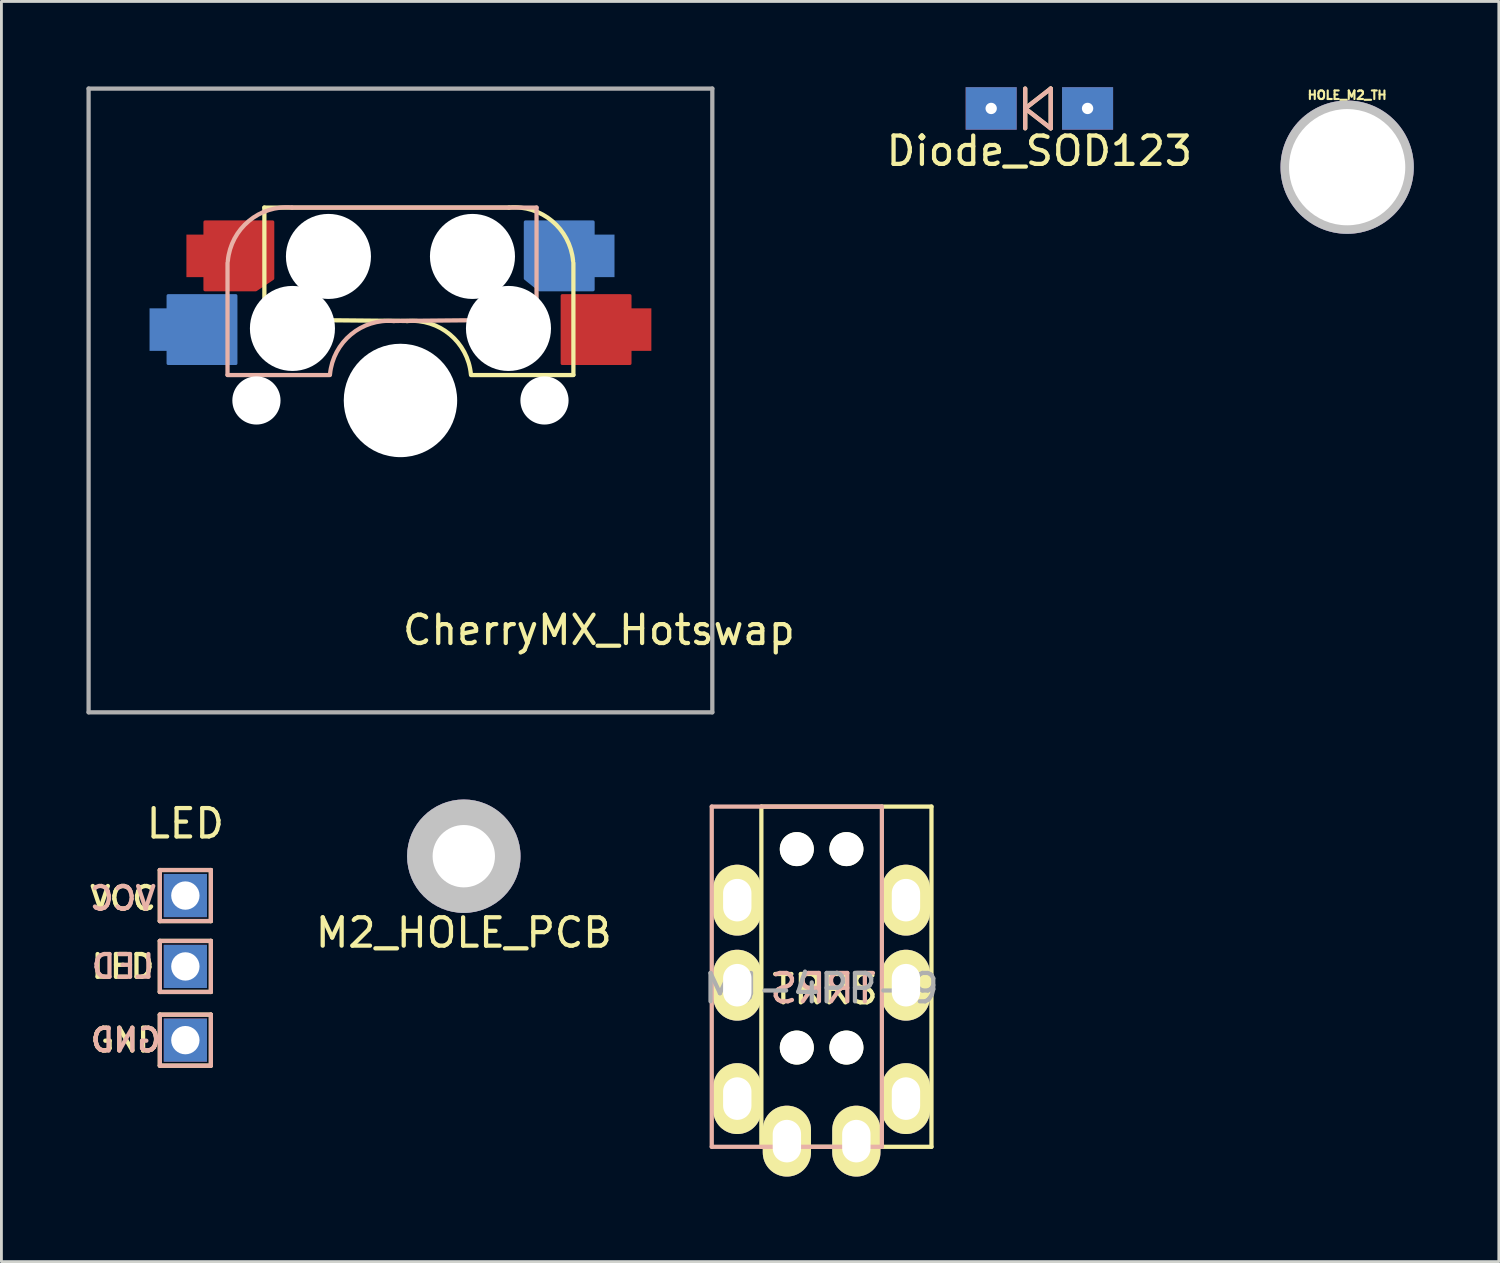
<source format=kicad_pcb>
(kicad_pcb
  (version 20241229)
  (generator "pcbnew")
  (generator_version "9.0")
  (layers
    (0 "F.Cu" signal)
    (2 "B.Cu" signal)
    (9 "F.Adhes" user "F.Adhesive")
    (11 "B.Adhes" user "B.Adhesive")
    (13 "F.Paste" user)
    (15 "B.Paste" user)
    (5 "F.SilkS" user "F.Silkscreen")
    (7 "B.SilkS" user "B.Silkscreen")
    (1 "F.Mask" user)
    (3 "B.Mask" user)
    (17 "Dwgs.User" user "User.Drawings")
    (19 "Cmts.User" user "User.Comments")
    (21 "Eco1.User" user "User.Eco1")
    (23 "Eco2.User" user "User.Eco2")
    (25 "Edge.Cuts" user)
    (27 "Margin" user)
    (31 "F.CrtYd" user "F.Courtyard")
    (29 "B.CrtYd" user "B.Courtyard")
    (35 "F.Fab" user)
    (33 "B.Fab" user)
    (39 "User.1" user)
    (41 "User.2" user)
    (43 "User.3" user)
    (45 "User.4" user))
  (footprint "CherryMX_Hotswap"
    (layer "F.Cu")
    (at 11.075 11.075)
    (property "Reference" "CherryMX_Hotswap" (at 7 8.1 0) (layer "F.SilkS") (effects (font (size 1 1) (thickness 0.15))))
    (attr through_hole)
    (fp_line (start -4.8 -6.804) (end 3.825 -6.804) (stroke (width 0.15) (type solid)) (layer "F.SilkS"))
    (fp_line (start -4.8 -2.896) (end -4.8 -6.804) (stroke (width 0.15) (type solid)) (layer "F.SilkS"))
    (fp_line (start -4.8 -2.85) (end 0.25 -2.804) (stroke (width 0.15) (type solid)) (layer "F.SilkS"))
    (fp_line (start 6.1 -4.85) (end 6.1 -0.905) (stroke (width 0.15) (type solid)) (layer "F.SilkS"))
    (fp_line (start 6.1 -0.896) (end 2.49 -0.896) (stroke (width 0.15) (type solid)) (layer "F.SilkS"))
    (fp_arc (start 0.225 -2.8) (mid 1.744361 -2.328062) (end 2.485001 -0.920001) (stroke (width 0.15) (type solid)) (layer "F.SilkS"))
    (fp_arc (start 3.825 -6.804) (mid 5.347189 -6.33089) (end 6.089 -4.92) (stroke (width 0.15) (type solid)) (layer "F.SilkS"))
    (fp_line (start -6.1 -4.85) (end -6.1 -0.905) (stroke (width 0.15) (type solid)) (layer "B.SilkS"))
    (fp_line (start -6.1 -0.896) (end -2.49 -0.896) (stroke (width 0.15) (type solid)) (layer "B.SilkS"))
    (fp_line (start 4.8 -6.804) (end -3.825 -6.804) (stroke (width 0.15) (type solid)) (layer "B.SilkS"))
    (fp_line (start 4.8 -2.896) (end 4.8 -6.804) (stroke (width 0.15) (type solid)) (layer "B.SilkS"))
    (fp_line (start 4.8 -2.85) (end -0.25 -2.804) (stroke (width 0.15) (type solid)) (layer "B.SilkS"))
    (fp_arc (start -6.089 -4.92) (mid -5.347189 -6.33089) (end -3.825 -6.804) (stroke (width 0.15) (type solid)) (layer "B.SilkS"))
    (fp_arc (start -2.484999 -0.920001) (mid -1.74436 -2.328062) (end -0.225 -2.8) (stroke (width 0.15) (type solid)) (layer "B.SilkS"))
    (fp_line (start -9 -9) (end 9 -9) (stroke (width 0.15) (type solid)) (layer "Eco1.User"))
    (fp_line (start -9 9) (end -9 -9) (stroke (width 0.15) (type solid)) (layer "Eco1.User"))
    (fp_line (start 9 -9) (end 9 9) (stroke (width 0.15) (type solid)) (layer "Eco1.User"))
    (fp_line (start 9 9) (end -9 9) (stroke (width 0.15) (type solid)) (layer "Eco1.User"))
    (fp_line (start -7 -7) (end 7 -7) (stroke (width 0.15) (type solid)) (layer "Eco2.User"))
    (fp_line (start -7 7) (end -7 -7) (stroke (width 0.15) (type solid)) (layer "Eco2.User"))
    (fp_line (start 7 -7) (end 7 7) (stroke (width 0.15) (type solid)) (layer "Eco2.User"))
    (fp_line (start 7 7) (end -7 7) (stroke (width 0.15) (type solid)) (layer "Eco2.User"))
    (fp_line (start -11 -11) (end -11 11) (stroke (width 0.15) (type solid)) (layer "F.Fab"))
    (fp_line (start -11 11) (end 11 11) (stroke (width 0.15) (type solid)) (layer "F.Fab"))
    (fp_line (start 11 -11) (end -11 -11) (stroke (width 0.15) (type solid)) (layer "F.Fab"))
    (fp_line (start 11 11) (end 11 -11) (stroke (width 0.15) (type solid)) (layer "F.Fab"))
    (pad "" np_thru_hole circle (at -5.08 0) (size 1.7 1.7) (drill 1.7) (layers "*.Cu" "*.Mask"))
    (pad "" np_thru_hole circle (at -3.81 -2.54 180) (size 3 3) (drill 3) (layers "*.Cu" "*.Mask"))
    (pad "" np_thru_hole circle (at -2.54 -5.08 180) (size 3 3) (drill 3) (layers "*.Cu" "*.Mask"))
    (pad "" np_thru_hole circle (at 0 0 90) (size 4 4) (drill 4) (layers "*.Cu" "*.Mask"))
    (pad "" np_thru_hole circle (at 2.54 -5.08 180) (size 3 3) (drill 3) (layers "*.Cu" "*.Mask"))
    (pad "" np_thru_hole circle (at 3.81 -2.54 180) (size 3 3) (drill 3) (layers "*.Cu" "*.Mask"))
    (pad "" np_thru_hole circle (at 5.08 0) (size 1.7 1.7) (drill 1.7) (layers "*.Cu" "*.Mask"))
    (pad "1" smd custom (at -8.5 -2.5) (size 0.7 1.5) (layers "B.Cu" "B.Mask" "B.Paste") (options (anchor rect)) (primitives (gr_poly (pts (xy 0.3 -1.2) (xy 2.7 -1.2) (xy 2.7 1.2) (xy 0.3 1.2)) (width 0.1) (fill yes))))
    (pad "1" smd custom (at -7.2 -5.1) (size 0.7 1.5) (layers "F.Cu" "F.Mask" "F.Paste") (options (anchor rect)) (primitives (gr_poly (pts (xy 0.3 -1.2) (xy 0.3 1.2) (xy 2.1 1.2) (xy 2.7 0.8) (xy 2.7 -1.2)) (width 0.1) (fill yes))))
    (pad "2" smd custom (at 7.2 -5.1) (size 0.7 1.5) (layers "B.Cu" "B.Mask" "B.Paste") (options (anchor rect)) (primitives (gr_poly (pts (xy -0.4 -1.2) (xy -2.8 -1.2) (xy -2.8 0.8) (xy -2.3 1.2) (xy -0.4 1.2)) (width 0.1) (fill yes))))
    (pad "2" smd custom (at 8.5 -2.5) (size 0.7 1.5) (layers "F.Cu" "F.Mask" "F.Paste") (options (anchor rect)) (primitives (gr_poly (pts (xy -2.8 -1.2) (xy -0.4 -1.2) (xy -0.4 1.2) (xy -2.8 1.2)) (width 0.1) (fill yes)))))
  (footprint "LED"
    (layer "F.Cu")
    (at 3.488 28.538)
    (property "Reference" "LED" (at 0 -2.54 0) (layer "F.SilkS") (effects (font (size 1 1) (thickness 0.15))))
    (attr through_hole)
    (fp_line (start -0.9 -0.9) (end 0.9 -0.9) (stroke (width 0.15) (type solid)) (layer "F.SilkS"))
    (fp_line (start -0.9 0.9) (end -0.9 -0.9) (stroke (width 0.15) (type solid)) (layer "F.SilkS"))
    (fp_line (start -0.9 1.6) (end -0.9 3.4) (stroke (width 0.15) (type solid)) (layer "F.SilkS"))
    (fp_line (start -0.9 1.6) (end 0.9 1.6) (stroke (width 0.15) (type solid)) (layer "F.SilkS"))
    (fp_line (start -0.9 4.2) (end -0.9 6) (stroke (width 0.15) (type solid)) (layer "F.SilkS"))
    (fp_line (start -0.9 4.2) (end 0.9 4.2) (stroke (width 0.15) (type solid)) (layer "F.SilkS"))
    (fp_line (start 0.9 -0.9) (end 0.9 0.9) (stroke (width 0.15) (type solid)) (layer "F.SilkS"))
    (fp_line (start 0.9 0.9) (end -0.9 0.9) (stroke (width 0.15) (type solid)) (layer "F.SilkS"))
    (fp_line (start 0.9 1.6) (end 0.9 3.4) (stroke (width 0.15) (type solid)) (layer "F.SilkS"))
    (fp_line (start 0.9 3.4) (end -0.9 3.4) (stroke (width 0.15) (type solid)) (layer "F.SilkS"))
    (fp_line (start 0.9 4.2) (end 0.9 6) (stroke (width 0.15) (type solid)) (layer "F.SilkS"))
    (fp_line (start 0.9 6) (end -0.9 6) (stroke (width 0.15) (type solid)) (layer "F.SilkS"))
    (fp_line (start -0.9 -0.9) (end 0.9 -0.9) (stroke (width 0.15) (type solid)) (layer "B.SilkS"))
    (fp_line (start -0.9 0.9) (end -0.9 -0.9) (stroke (width 0.15) (type solid)) (layer "B.SilkS"))
    (fp_line (start -0.9 1.6) (end 0.9 1.6) (stroke (width 0.15) (type solid)) (layer "B.SilkS"))
    (fp_line (start -0.9 3.4) (end -0.9 1.6) (stroke (width 0.15) (type solid)) (layer "B.SilkS"))
    (fp_line (start -0.9 4.2) (end 0.9 4.2) (stroke (width 0.15) (type solid)) (layer "B.SilkS"))
    (fp_line (start -0.9 6) (end -0.9 4.2) (stroke (width 0.15) (type solid)) (layer "B.SilkS"))
    (fp_line (start 0.9 -0.9) (end 0.9 0.9) (stroke (width 0.15) (type solid)) (layer "B.SilkS"))
    (fp_line (start 0.9 0.9) (end -0.9 0.9) (stroke (width 0.15) (type solid)) (layer "B.SilkS"))
    (fp_line (start 0.9 1.6) (end 0.9 3.4) (stroke (width 0.15) (type solid)) (layer "B.SilkS"))
    (fp_line (start 0.9 3.4) (end -0.9 3.4) (stroke (width 0.15) (type solid)) (layer "B.SilkS"))
    (fp_line (start 0.9 4.2) (end 0.9 6) (stroke (width 0.15) (type solid)) (layer "B.SilkS"))
    (fp_line (start 0.9 6) (end -0.9 6) (stroke (width 0.15) (type solid)) (layer "B.SilkS"))
    (fp_text user "GND" (at -2.1 5.1 0) (layer "F.SilkS") (effects (font (size 0.8 0.8) (thickness 0.15))))
    (fp_text user "VCC" (at -2.2 0.1 0) (layer "F.SilkS") (effects (font (size 0.8 0.8) (thickness 0.15))))
    (fp_text user "LED" (at -2.2 2.5 180) (layer "F.SilkS") (effects (font (size 0.8 0.8) (thickness 0.15))))
    (fp_text user "LED" (at -2.2 2.5 0) (layer "B.SilkS") (effects (font (size 0.8 0.8) (thickness 0.15)) (justify mirror)))
    (fp_text user "GND" (at -2.1 5.1 0) (layer "B.SilkS") (effects (font (size 0.8 0.8) (thickness 0.15)) (justify mirror)))
    (fp_text user "VCC" (at -2.2 0.1 0) (layer "B.SilkS") (effects (font (size 0.8 0.8) (thickness 0.15)) (justify mirror)))
    (pad "1" thru_hole rect (at 0 0 90) (size 1.524 1.524) (drill 1) (layers "*.Cu" "*.Mask"))
    (pad "2" thru_hole rect (at 0 2.5) (size 1.524 1.524) (drill 1) (layers "*.Cu" "*.Mask"))
    (pad "3" thru_hole rect (at 0 5.1) (size 1.524 1.524) (drill 1) (layers "*.Cu" "*.Mask")))
  (footprint "HOLE_M2_TH"
    (layer "F.Cu")
    (at 44.467 2.847)
    (property "Reference" "HOLE_M2_TH" (at 0 -2.54 0) (layer "F.SilkS") (effects (font (size 0.3 0.3) (thickness 0.076))))
    (attr through_hole)
    (pad "" thru_hole circle (at 0 0 90) (size 4.7 4.7) (drill 4.1) (layers "*.Cu" "*.Mask" "Dwgs.User")))
  (footprint "Diode_SOD123"
    (placed yes)
    (layer "F.Cu")
    (at 33.611 0.775)
    (property "Reference" "Diode_SOD123" (at 0 1.5 0) (layer "F.SilkS") (effects (font (size 1 1) (thickness 0.15))))
    (attr through_hole)
    (fp_line (start -0.5 -0.7) (end -0.5 0.7) (stroke (width 0.15) (type solid)) (layer "F.SilkS"))
    (fp_line (start -0.5 0) (end 0.4 -0.7) (stroke (width 0.15) (type solid)) (layer "F.SilkS"))
    (fp_line (start 0.4 -0.7) (end 0.4 0.7) (stroke (width 0.15) (type solid)) (layer "F.SilkS"))
    (fp_line (start 0.4 0.7) (end -0.5 0) (stroke (width 0.15) (type solid)) (layer "F.SilkS"))
    (fp_line (start -0.5 -0.7) (end -0.5 0.7) (stroke (width 0.15) (type solid)) (layer "B.SilkS"))
    (fp_line (start -0.5 0) (end 0.4 -0.7) (stroke (width 0.15) (type solid)) (layer "B.SilkS"))
    (fp_line (start 0.4 -0.7) (end 0.4 0.7) (stroke (width 0.15) (type solid)) (layer "B.SilkS"))
    (fp_line (start 0.4 0.7) (end -0.5 0) (stroke (width 0.15) (type solid)) (layer "B.SilkS"))
    (pad "1" thru_hole rect (at -1.7 0) (size 1.8 1.5) (drill 0.4) (layers "*.Cu" "*.Mask"))
    (pad "2" thru_hole rect (at 1.7 0) (size 1.8 1.5) (drill 0.4) (layers "*.Cu" "*.Mask")))
  (footprint "M2_HOLE_PCB"
    (layer "F.Cu")
    (at 13.309 27.15)
    (property "Reference" "M2_HOLE_PCB" (at 0 2.7 0) (layer "F.SilkS") (effects (font (size 1 1) (thickness 0.15))))
    (attr through_hole)
    (pad "" thru_hole circle (at 0 0) (size 4 4) (drill 2.2) (layers "*.Cu" "*.Mask" "Dwgs.User")))
  (footprint "MJ-4PP-9"
    (layer "F.Cu")
    (at 26.805 25.4)
    (property "Reference" "MJ-4PP-9" (at -0.889 6.413 0) (layer "F.Fab") (effects (font (size 1 1) (thickness 0.15))))
    (attr through_hole)
    (fp_line (start -3 0) (end 3 0) (stroke (width 0.15) (type solid)) (layer "F.SilkS"))
    (fp_line (start -3 12) (end -3 0) (stroke (width 0.15) (type solid)) (layer "F.SilkS"))
    (fp_line (start 3 0) (end 3 12) (stroke (width 0.15) (type solid)) (layer "F.SilkS"))
    (fp_line (start 3 12) (end -3 12) (stroke (width 0.15) (type solid)) (layer "F.SilkS"))
    (fp_line (start -4.75 0) (end 1.25 0) (stroke (width 0.15) (type solid)) (layer "B.SilkS"))
    (fp_line (start -4.75 12) (end -4.75 0) (stroke (width 0.15) (type solid)) (layer "B.SilkS"))
    (fp_line (start 1.25 0) (end 1.25 12) (stroke (width 0.15) (type solid)) (layer "B.SilkS"))
    (fp_line (start 1.25 12) (end -4.75 12) (stroke (width 0.15) (type solid)) (layer "B.SilkS"))
    (fp_text user "TRRS" (at -0.75 6.45 0) (layer "F.SilkS") (effects (font (size 1 1) (thickness 0.15))))
    (fp_text user "TRRS" (at -0.826 6.413 0) (layer "B.SilkS") (effects (font (size 1 1) (thickness 0.15)) (justify mirror)))
    (pad "" np_thru_hole circle (at -1.75 1.5) (size 1.2 1.2) (drill 1.2) (layers "*.Cu" "*.Mask" "F.SilkS"))
    (pad "" np_thru_hole circle (at -1.75 8.5) (size 1.2 1.2) (drill 1.2) (layers "*.Cu" "*.Mask" "F.SilkS"))
    (pad "" np_thru_hole circle (at 0 1.5) (size 1.2 1.2) (drill 1.2) (layers "*.Cu" "*.Mask" "F.SilkS"))
    (pad "" np_thru_hole circle (at 0 8.5) (size 1.2 1.2) (drill 1.2) (layers "*.Cu" "*.Mask" "F.SilkS"))
    (pad "1" thru_hole oval (at -3.85 10.3) (size 1.7 2.5) (drill oval 1 1.5) (layers "*.Cu" "*.Mask" "F.SilkS"))
    (pad "1" thru_hole oval (at 2.1 10.3) (size 1.7 2.5) (drill oval 1 1.5) (layers "*.Cu" "*.Mask" "F.SilkS"))
    (pad "2" thru_hole oval (at -3.85 6.3) (size 1.7 2.5) (drill oval 1 1.5) (layers "*.Cu" "*.Mask" "F.SilkS"))
    (pad "2" thru_hole oval (at 2.1 6.3) (size 1.7 2.5) (drill oval 1 1.5) (layers "*.Cu" "*.Mask" "F.SilkS"))
    (pad "3" thru_hole oval (at -3.85 3.3) (size 1.7 2.5) (drill oval 1 1.5) (layers "*.Cu" "*.Mask" "F.SilkS"))
    (pad "3" thru_hole oval (at 2.1 3.3) (size 1.7 2.5) (drill oval 1 1.5) (layers "*.Cu" "*.Mask" "F.SilkS"))
    (pad "4" thru_hole oval (at -2.1 11.8) (size 1.7 2.5) (drill oval 1 1.5) (layers "*.Cu" "*.Mask" "F.SilkS"))
    (pad "4" thru_hole oval (at 0.35 11.8) (size 1.7 2.5) (drill oval 1 1.5) (layers "*.Cu" "*.Mask" "F.SilkS")))
  (gr_rect
    (start -3 -3)
    (end 49.817 41.45)
    (stroke (width 0.1) (type default))
    (fill no)
    (layer "Edge.Cuts")))
</source>
